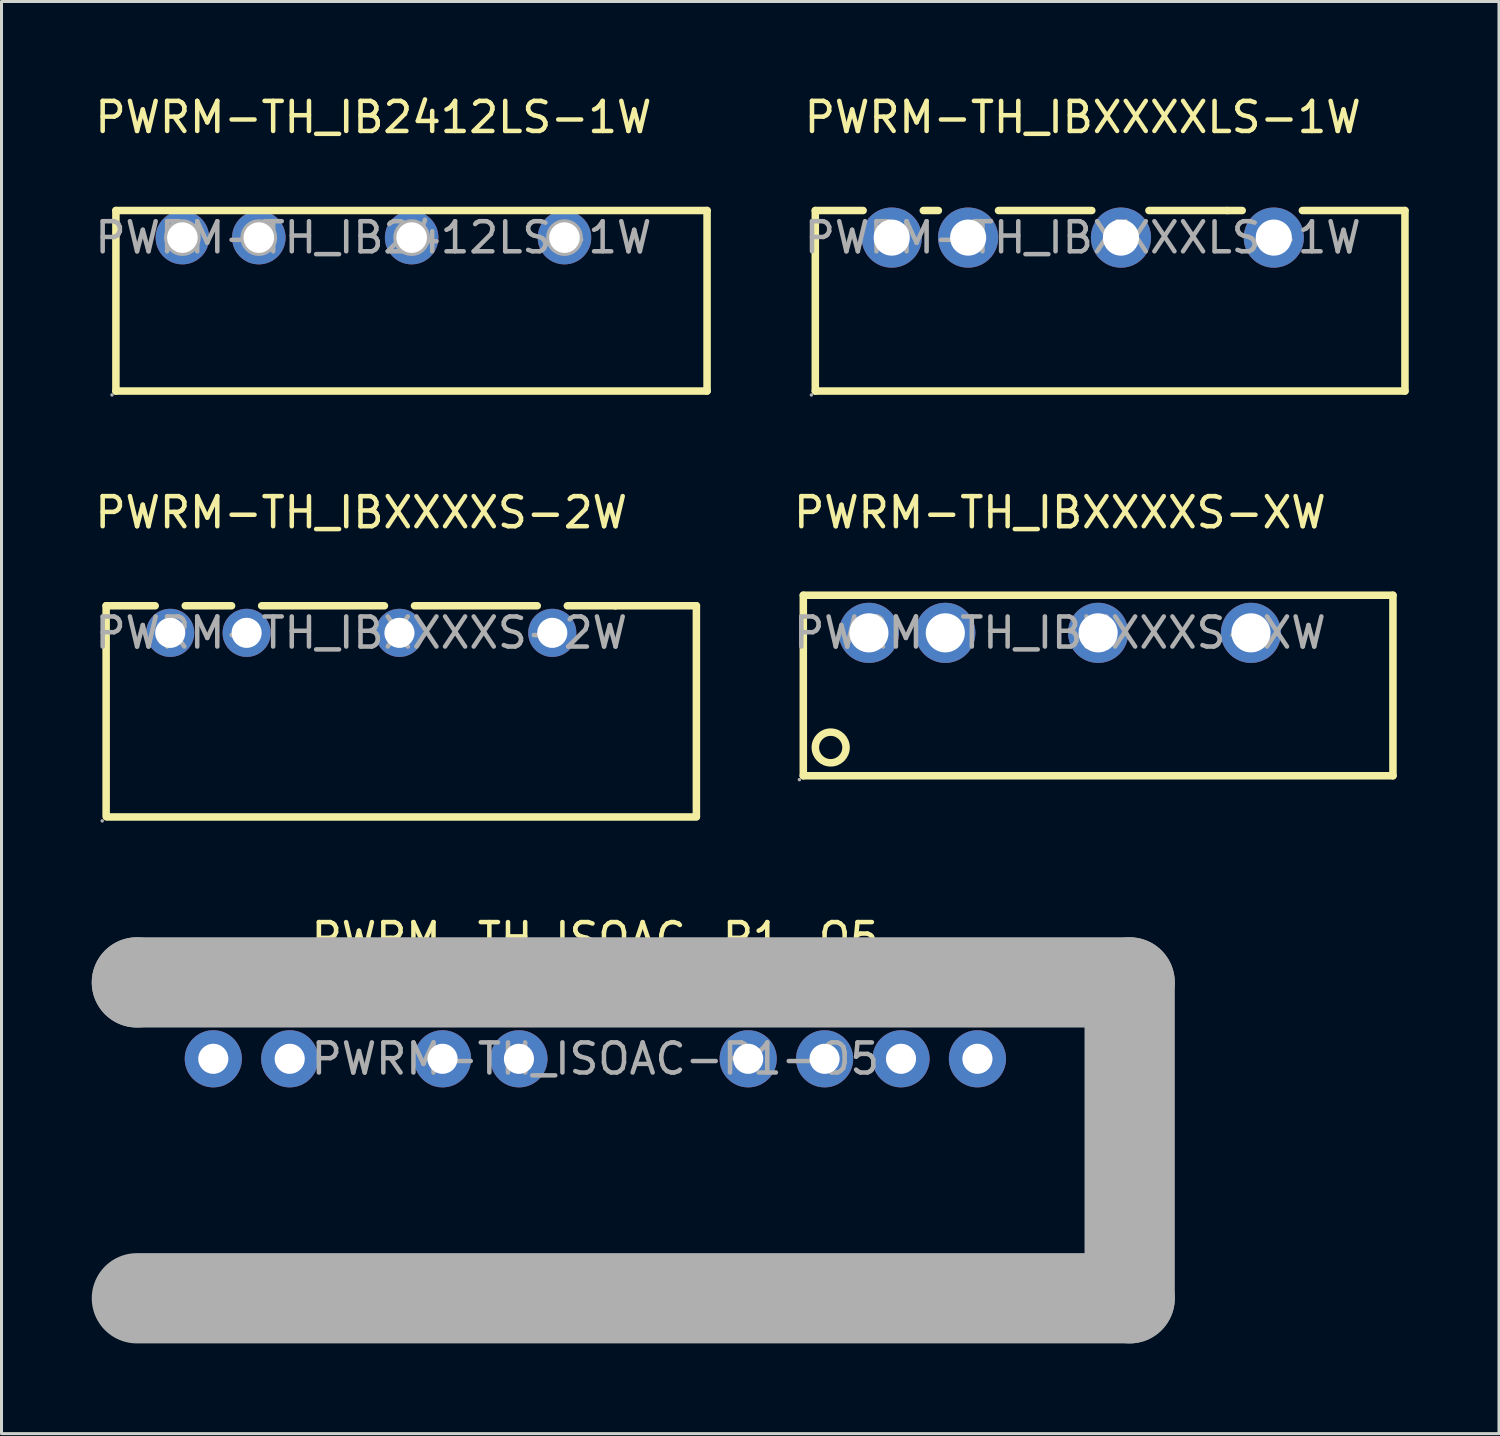
<source format=kicad_pcb>
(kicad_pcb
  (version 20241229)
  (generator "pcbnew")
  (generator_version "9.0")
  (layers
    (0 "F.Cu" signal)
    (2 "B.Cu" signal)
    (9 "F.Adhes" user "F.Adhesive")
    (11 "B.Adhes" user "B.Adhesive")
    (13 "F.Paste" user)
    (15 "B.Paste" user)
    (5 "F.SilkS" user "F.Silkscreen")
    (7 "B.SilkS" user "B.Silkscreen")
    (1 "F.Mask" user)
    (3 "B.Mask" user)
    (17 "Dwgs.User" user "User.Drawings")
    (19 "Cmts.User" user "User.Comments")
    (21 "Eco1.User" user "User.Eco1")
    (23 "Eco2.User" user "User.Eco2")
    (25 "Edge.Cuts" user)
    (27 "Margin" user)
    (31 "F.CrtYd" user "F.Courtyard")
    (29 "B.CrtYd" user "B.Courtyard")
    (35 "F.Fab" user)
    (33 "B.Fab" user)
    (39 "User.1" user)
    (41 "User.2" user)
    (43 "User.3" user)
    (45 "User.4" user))
  (footprint "PWRM-TH_IB2412LS-1W"
    (layer "F.Cu")
    (at 9.363 4.848)
    (property "Reference" "PWRM-TH_IB2412LS-1W" (at 0 -4 0) (layer "F.SilkS") (effects (font (size 1 1) (thickness 0.15))))
    (attr through_hole)
    (fp_line (start -8.56 -0.9) (end 11.09 -0.9) (stroke (width 0.25) (type solid)) (layer "F.SilkS"))
    (fp_line (start -8.56 5.1) (end -8.56 -0.9) (stroke (width 0.25) (type solid)) (layer "F.SilkS"))
    (fp_line (start 11.09 -0.9) (end 11.09 5.1) (stroke (width 0.25) (type solid)) (layer "F.SilkS"))
    (fp_line (start 11.09 5.1) (end -8.56 5.1) (stroke (width 0.25) (type solid)) (layer "F.SilkS"))
    (fp_circle (center -8.69 5.23) (end -8.66 5.23) (stroke (width 0.06) (type solid)) (fill no) (layer "F.Fab"))
    (fp_circle (center -6.35 0) (end -6.15 0) (stroke (width 0.41) (type solid)) (fill no) (layer "F.Fab"))
    (fp_circle (center -3.81 0) (end -3.61 0) (stroke (width 0.41) (type solid)) (fill no) (layer "F.Fab"))
    (fp_circle (center 1.27 0) (end 1.47 0) (stroke (width 0.41) (type solid)) (fill no) (layer "F.Fab"))
    (fp_circle (center 6.35 0) (end 6.55 0) (stroke (width 0.41) (type solid)) (fill no) (layer "F.Fab"))
    (fp_text user "${REFERENCE}" (at 0 0 0) (layer "F.Fab") (effects (font (size 1 1) (thickness 0.15))))
    (pad "1" thru_hole circle (at -6.35 0) (size 1.78 1.78) (drill 1.016) (layers "*.Cu" "*.Paste" "*.Mask"))
    (pad "2" thru_hole circle (at -3.81 0) (size 1.78 1.78) (drill 1.016) (layers "*.Cu" "*.Paste" "*.Mask"))
    (pad "4" thru_hole circle (at 1.27 0) (size 1.78 1.78) (drill 1.016) (layers "*.Cu" "*.Paste" "*.Mask"))
    (pad "6" thru_hole circle (at 6.35 0) (size 1.78 1.78) (drill 1.016) (layers "*.Cu" "*.Paste" "*.Mask")))
  (footprint "PWRM-TH_IBXXXXLS-1W"
    (layer "F.Cu")
    (at 32.941 4.848)
    (property "Reference" "PWRM-TH_IBXXXXLS-1W" (at 0 -4 0) (layer "F.SilkS") (effects (font (size 1 1) (thickness 0.15))))
    (attr through_hole)
    (fp_line (start -8.89 -0.9) (end -8.89 5.1) (stroke (width 0.25) (type solid)) (layer "F.SilkS"))
    (fp_line (start -8.89 -0.9) (end -7.3 -0.9) (stroke (width 0.25) (type solid)) (layer "F.SilkS"))
    (fp_line (start -8.89 5.1) (end 10.71 5.1) (stroke (width 0.25) (type solid)) (layer "F.SilkS"))
    (fp_line (start -5.3 -0.9) (end -4.8 -0.9) (stroke (width 0.25) (type solid)) (layer "F.SilkS"))
    (fp_line (start -2.8 -0.9) (end 0.3 -0.9) (stroke (width 0.25) (type solid)) (layer "F.SilkS"))
    (fp_line (start 4.8 -0.9) (end 2.2 -0.9) (stroke (width 0.25) (type solid)) (layer "F.SilkS"))
    (fp_line (start 4.8 -0.9) (end 5.3 -0.9) (stroke (width 0.25) (type solid)) (layer "F.SilkS"))
    (fp_line (start 7.3 -0.9) (end 10.71 -0.9) (stroke (width 0.25) (type solid)) (layer "F.SilkS"))
    (fp_line (start 10.71 -0.9) (end 10.71 5.1) (stroke (width 0.25) (type solid)) (layer "F.SilkS"))
    (fp_circle (center -9.02 5.23) (end -8.99 5.23) (stroke (width 0.06) (type solid)) (fill no) (layer "F.Fab"))
    (fp_circle (center -6.35 0) (end -6.1 0) (stroke (width 0.5) (type solid)) (fill no) (layer "F.Fab"))
    (fp_circle (center -3.81 0) (end -3.56 0) (stroke (width 0.5) (type solid)) (fill no) (layer "F.Fab"))
    (fp_circle (center 1.27 0) (end 1.52 0) (stroke (width 0.5) (type solid)) (fill no) (layer "F.Fab"))
    (fp_circle (center 6.35 0) (end 6.6 0) (stroke (width 0.5) (type solid)) (fill no) (layer "F.Fab"))
    (fp_text user "${REFERENCE}" (at 0 0 0) (layer "F.Fab") (effects (font (size 1 1) (thickness 0.15))))
    (pad "1" thru_hole circle (at -6.35 0) (size 2 2) (drill 1.2) (layers "*.Cu" "*.Paste" "*.Mask"))
    (pad "2" thru_hole circle (at -3.81 0) (size 2 2) (drill 1.2) (layers "*.Cu" "*.Paste" "*.Mask"))
    (pad "4" thru_hole circle (at 1.27 0) (size 2 2) (drill 1.2) (layers "*.Cu" "*.Paste" "*.Mask"))
    (pad "6" thru_hole circle (at 6.35 0) (size 2 2) (drill 1.2) (layers "*.Cu" "*.Paste" "*.Mask")))
  (footprint "PWRM-TH_ISOAC-P1-O5"
    (layer "F.Cu")
    (at 16.74 32.145)
    (property "Reference" "PWRM-TH_ISOAC-P1-O5" (at 0 -4 0) (layer "F.SilkS") (effects (font (size 1 1) (thickness 0.15))))
    (attr through_hole)
    (fp_line (start -15.24 -2.54) (end -15.24 -2.54) (stroke (width 3) (type solid)) (layer "F.Fab"))
    (fp_line (start -15.24 -2.54) (end 17.76 -2.54) (stroke (width 3) (type solid)) (layer "F.Fab"))
    (fp_line (start 17.76 -2.54) (end 17.76 7.96) (stroke (width 3) (type solid)) (layer "F.Fab"))
    (fp_line (start 17.76 7.96) (end -15.24 7.96) (stroke (width 3) (type solid)) (layer "F.Fab"))
    (fp_circle (center -15.37 8.09) (end -15.34 8.09) (stroke (width 0.06) (type solid)) (fill no) (layer "F.Fab"))
    (fp_circle (center -12.7 0) (end -12.5 0) (stroke (width 0.4) (type solid)) (fill no) (layer "F.Fab"))
    (fp_circle (center -10.16 0) (end -9.96 0) (stroke (width 0.4) (type solid)) (fill no) (layer "F.Fab"))
    (fp_circle (center -5.08 0) (end -4.88 0) (stroke (width 0.4) (type solid)) (fill no) (layer "F.Fab"))
    (fp_circle (center -2.54 0) (end -2.34 0) (stroke (width 0.4) (type solid)) (fill no) (layer "F.Fab"))
    (fp_circle (center 5.08 0) (end 5.28 0) (stroke (width 0.4) (type solid)) (fill no) (layer "F.Fab"))
    (fp_circle (center 7.62 0) (end 7.82 0) (stroke (width 0.4) (type solid)) (fill no) (layer "F.Fab"))
    (fp_circle (center 10.16 0) (end 10.36 0) (stroke (width 0.4) (type solid)) (fill no) (layer "F.Fab"))
    (fp_circle (center 12.7 0) (end 12.9 0) (stroke (width 0.4) (type solid)) (fill no) (layer "F.Fab"))
    (fp_text user "${REFERENCE}" (at 0 0 0) (layer "F.Fab") (effects (font (size 1 1) (thickness 0.15))))
    (pad "1" thru_hole circle (at -12.7 0) (size 1.9 1.9) (drill 1) (layers "*.Cu" "*.Paste" "*.Mask"))
    (pad "2" thru_hole circle (at -10.16 0) (size 1.9 1.9) (drill 1) (layers "*.Cu" "*.Paste" "*.Mask"))
    (pad "4" thru_hole circle (at -5.08 0) (size 1.9 1.9) (drill 1) (layers "*.Cu" "*.Paste" "*.Mask"))
    (pad "5" thru_hole circle (at -2.54 0) (size 1.9 1.9) (drill 1) (layers "*.Cu" "*.Paste" "*.Mask"))
    (pad "8" thru_hole circle (at 5.08 0) (size 1.9 1.9) (drill 1) (layers "*.Cu" "*.Paste" "*.Mask"))
    (pad "9" thru_hole circle (at 7.62 0) (size 1.9 1.9) (drill 1) (layers "*.Cu" "*.Paste" "*.Mask"))
    (pad "10" thru_hole circle (at 10.16 0) (size 1.9 1.9) (drill 1) (layers "*.Cu" "*.Paste" "*.Mask"))
    (pad "11" thru_hole circle (at 12.7 0) (size 1.9 1.9) (drill 1) (layers "*.Cu" "*.Paste" "*.Mask")))
  (footprint "PWRM-TH_IBXXXXS-2W"
    (layer "F.Cu")
    (at 8.958 17.986)
    (property "Reference" "PWRM-TH_IBXXXXS-2W" (at 0 -4 0) (layer "F.SilkS") (effects (font (size 1 1) (thickness 0.15))))
    (attr through_hole)
    (fp_line (start -8.48 -0.9) (end -8.48 6.1) (stroke (width 0.25) (type solid)) (layer "F.SilkS"))
    (fp_line (start -8.48 -0.9) (end -6.85 -0.9) (stroke (width 0.25) (type solid)) (layer "F.SilkS"))
    (fp_line (start -8.46 6.12) (end 11.14 6.12) (stroke (width 0.25) (type solid)) (layer "F.SilkS"))
    (fp_line (start -5.85 -0.9) (end -4.31 -0.9) (stroke (width 0.25) (type solid)) (layer "F.SilkS"))
    (fp_line (start -3.31 -0.9) (end 0.77 -0.9) (stroke (width 0.25) (type solid)) (layer "F.SilkS"))
    (fp_line (start 1.77 -0.9) (end 5.85 -0.9) (stroke (width 0.25) (type solid)) (layer "F.SilkS"))
    (fp_line (start 6.85 -0.9) (end 8.44 -0.9) (stroke (width 0.25) (type solid)) (layer "F.SilkS"))
    (fp_line (start 11.14 -0.9) (end 8.44 -0.9) (stroke (width 0.25) (type solid)) (layer "F.SilkS"))
    (fp_line (start 11.14 -0.9) (end 11.14 6.1) (stroke (width 0.25) (type solid)) (layer "F.SilkS"))
    (fp_circle (center -8.61 6.25) (end -8.58 6.25) (stroke (width 0.06) (type solid)) (fill no) (layer "F.Fab"))
    (fp_circle (center -6.35 0) (end -6.15 0) (stroke (width 0.4) (type solid)) (fill no) (layer "F.Fab"))
    (fp_circle (center -3.81 0) (end -3.61 0) (stroke (width 0.4) (type solid)) (fill no) (layer "F.Fab"))
    (fp_circle (center 1.27 0) (end 1.47 0) (stroke (width 0.4) (type solid)) (fill no) (layer "F.Fab"))
    (fp_circle (center 6.35 0) (end 6.55 0) (stroke (width 0.4) (type solid)) (fill no) (layer "F.Fab"))
    (fp_text user "${REFERENCE}" (at 0 0 0) (layer "F.Fab") (effects (font (size 1 1) (thickness 0.15))))
    (pad "1" thru_hole circle (at -6.35 0) (size 1.6 1.6) (drill 1) (layers "*.Cu" "*.Paste" "*.Mask"))
    (pad "2" thru_hole circle (at -3.81 0) (size 1.6 1.6) (drill 1) (layers "*.Cu" "*.Paste" "*.Mask"))
    (pad "4" thru_hole circle (at 1.27 0) (size 1.6 1.6) (drill 1) (layers "*.Cu" "*.Paste" "*.Mask"))
    (pad "6" thru_hole circle (at 6.35 0) (size 1.6 1.6) (drill 1) (layers "*.Cu" "*.Paste" "*.Mask")))
  (footprint "PWRM-TH_IBXXXXS-XW"
    (layer "F.Cu")
    (at 32.182 17.986)
    (property "Reference" "PWRM-TH_IBXXXXS-XW" (at 0 -4 0) (layer "F.SilkS") (effects (font (size 1 1) (thickness 0.15))))
    (attr through_hole)
    (fp_line (start -8.53 -1.25) (end -8.53 4.75) (stroke (width 0.25) (type solid)) (layer "F.SilkS"))
    (fp_line (start -8.53 -1.25) (end 11.07 -1.25) (stroke (width 0.25) (type solid)) (layer "F.SilkS"))
    (fp_line (start 11.07 4.75) (end -8.53 4.75) (stroke (width 0.25) (type solid)) (layer "F.SilkS"))
    (fp_line (start 11.07 4.75) (end 11.07 -1.25) (stroke (width 0.25) (type solid)) (layer "F.SilkS"))
    (fp_circle (center -7.62 3.81) (end -7.11 3.81) (stroke (width 0.25) (type solid)) (fill no) (layer "F.SilkS"))
    (fp_circle (center -8.66 4.88) (end -8.63 4.88) (stroke (width 0.06) (type solid)) (fill no) (layer "F.Fab"))
    (fp_circle (center -6.35 0) (end -6.07 0) (stroke (width 0.55) (type solid)) (fill no) (layer "F.Fab"))
    (fp_circle (center -3.81 0) (end -3.53 0) (stroke (width 0.55) (type solid)) (fill no) (layer "F.Fab"))
    (fp_circle (center 1.27 0) (end 1.55 0) (stroke (width 0.55) (type solid)) (fill no) (layer "F.Fab"))
    (fp_circle (center 6.35 0) (end 6.63 0) (stroke (width 0.55) (type solid)) (fill no) (layer "F.Fab"))
    (fp_text user "${REFERENCE}" (at 0 0 0) (layer "F.Fab") (effects (font (size 1 1) (thickness 0.15))))
    (pad "1" thru_hole circle (at -6.35 0) (size 2 2) (drill 1.3) (layers "*.Cu" "*.Paste" "*.Mask"))
    (pad "2" thru_hole circle (at -3.81 0) (size 2 2) (drill 1.3) (layers "*.Cu" "*.Paste" "*.Mask"))
    (pad "4" thru_hole circle (at 1.27 0) (size 2 2) (drill 1.3) (layers "*.Cu" "*.Paste" "*.Mask"))
    (pad "6" thru_hole circle (at 6.35 0) (size 2 2) (drill 1.3) (layers "*.Cu" "*.Paste" "*.Mask")))
  (gr_rect
    (start -3 -3)
    (end 46.776 44.605)
    (stroke (width 0.1) (type default))
    (fill no)
    (layer "Edge.Cuts")))
</source>
